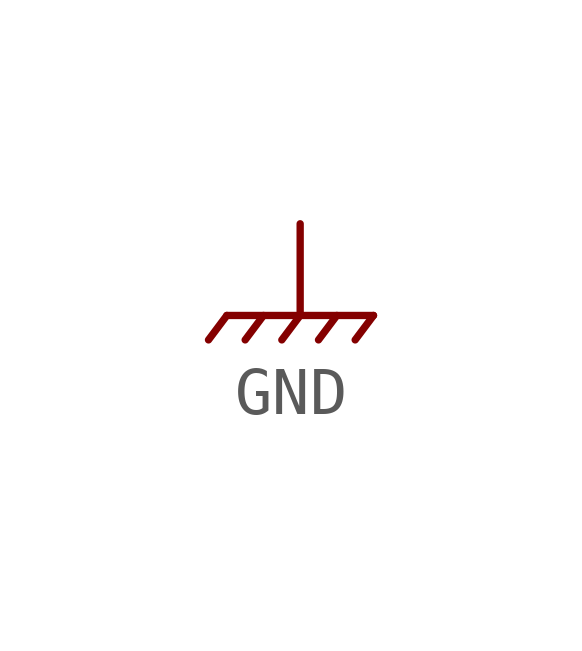
<source format=kicad_sym>
(kicad_symbol_lib
  (version 20211014)
  (generator kicad_symbol_editor)
  (symbol "GND"
    (power)
    (pin_names
      (offset 0))
    (property "Reference" "#PWR"
      (at 0 -6.35 0)
      (effects (font (size 1.27 1.27)) hide))
    (symbol "GND_0_1"
      (polyline (pts (xy -1.524 -1.905) (xy -1.905 -2.413)) (stroke (width 0) (type default) (color 0 0 0 0)) (fill (type none)))
      (polyline (pts (xy -1.524 -1.905) (xy 1.524 -1.905)) (stroke (width 0) (type default) (color 0 0 0 0)) (fill (type none)))
      (polyline (pts (xy -0.762 -1.905) (xy -1.143 -2.413)) (stroke (width 0) (type default) (color 0 0 0 0)) (fill (type none)))
      (polyline (pts (xy 0 -1.905) (xy -0.381 -2.413)) (stroke (width 0) (type default) (color 0 0 0 0)) (fill (type none)))
      (polyline (pts (xy 0 0) (xy 0 -1.905)) (stroke (width 0) (type default) (color 0 0 0 0)) (fill (type none)))
      (polyline (pts (xy 0.762 -1.905) (xy 0.381 -2.413)) (stroke (width 0) (type default) (color 0 0 0 0)) (fill (type none)))
      (polyline (pts (xy 1.524 -1.905) (xy 1.143 -2.413)) (stroke (width 0) (type default) (color 0 0 0 0)) (fill (type none))))
    (symbol "GND_1_1"
      (pin power_in line (at 0 0 270) (length 0) hide (name "GND" (effects (font (size 1.27 1.27)))) (number "1" (effects (font (size 1.27 1.27))))))))
</source>
